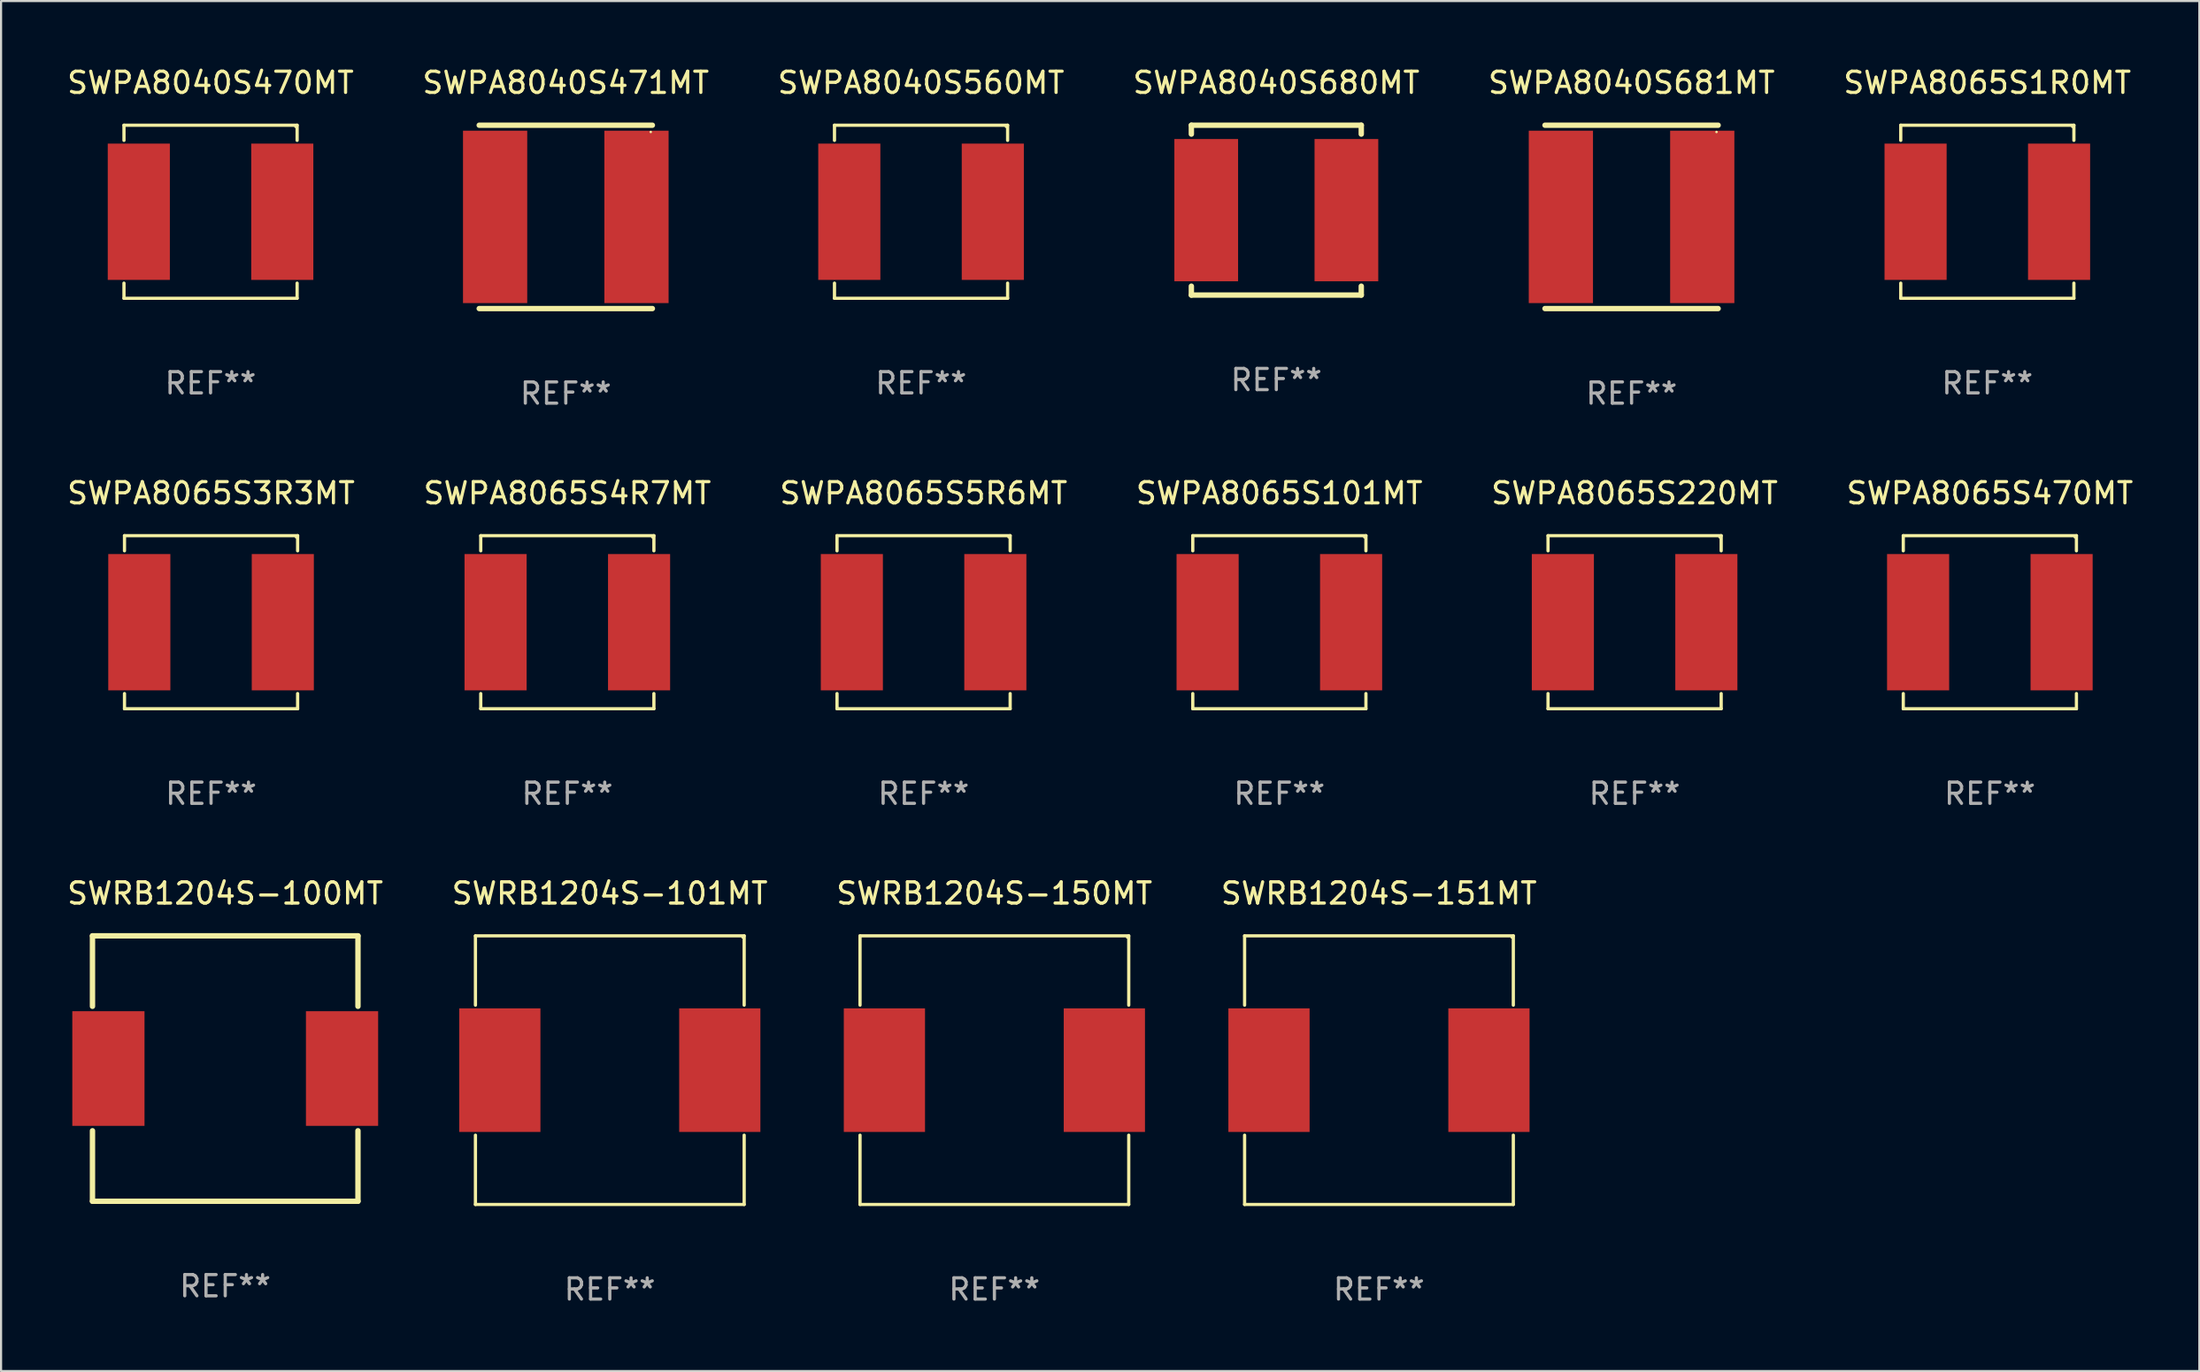
<source format=kicad_pcb>
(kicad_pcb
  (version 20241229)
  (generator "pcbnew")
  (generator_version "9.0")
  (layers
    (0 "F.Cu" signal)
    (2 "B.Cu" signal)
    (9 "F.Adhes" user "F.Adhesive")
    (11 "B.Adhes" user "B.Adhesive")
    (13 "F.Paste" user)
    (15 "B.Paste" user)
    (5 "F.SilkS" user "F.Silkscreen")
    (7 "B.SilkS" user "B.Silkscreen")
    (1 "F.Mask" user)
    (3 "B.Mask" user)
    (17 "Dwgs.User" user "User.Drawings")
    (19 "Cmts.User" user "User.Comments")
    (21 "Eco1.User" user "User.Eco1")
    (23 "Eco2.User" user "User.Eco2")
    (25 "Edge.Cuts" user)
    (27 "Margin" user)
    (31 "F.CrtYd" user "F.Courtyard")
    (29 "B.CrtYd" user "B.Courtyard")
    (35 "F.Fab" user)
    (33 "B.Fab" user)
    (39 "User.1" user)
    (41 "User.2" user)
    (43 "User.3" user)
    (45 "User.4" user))
  (footprint "SWPA8040S681MT"
    (layer "F.Cu")
    (at 73.768 7.166)
    (property "Reference" "SWPA8040S681MT" (at 0 -6.318 0) (layer "F.SilkS") (effects (font (size 1 1) (thickness 0.15))))
    (attr through_hole)
    (fp_line (start -4.076 -4.318) (end 4.076 -4.318) (stroke (width 0.254) (type solid)) (layer "F.SilkS"))
    (fp_line (start -4.076 4.318) (end 4.076 4.318) (stroke (width 0.254) (type solid)) (layer "F.SilkS"))
    (fp_circle (center 4 -4) (end 4.03 -4) (stroke (width 0.06) (type solid)) (fill no) (layer "F.SilkS"))
    (fp_text user "REF**" (at 0 8.318 0) (layer "F.Fab") (effects (font (size 1 1) (thickness 0.15))))
    (pad "1" smd rect (at 3.328 0) (size 3.024 8.12) (layers "F.Cu" "F.Mask" "F.Paste"))
    (pad "2" smd rect (at -3.328 0) (size 3.024 8.12) (layers "F.Cu" "F.Mask" "F.Paste")))
  (footprint "SWPA8065S470MT"
    (layer "F.Cu")
    (at 90.637 26.257)
    (property "Reference" "SWPA8065S470MT" (at 0 -6.076 0) (layer "F.SilkS") (effects (font (size 1 1) (thickness 0.15))))
    (attr through_hole)
    (fp_line (start -4.076 -4.076) (end 4.076 -4.076) (stroke (width 0.152) (type solid)) (layer "F.SilkS"))
    (fp_line (start -4.076 -3.362) (end -4.076 -4.076) (stroke (width 0.152) (type solid)) (layer "F.SilkS"))
    (fp_line (start -4.076 3.362) (end -4.076 4.076) (stroke (width 0.152) (type solid)) (layer "F.SilkS"))
    (fp_line (start -4.076 4.076) (end 4.076 4.076) (stroke (width 0.152) (type solid)) (layer "F.SilkS"))
    (fp_line (start 4.076 -4.076) (end 4.076 -3.362) (stroke (width 0.152) (type solid)) (layer "F.SilkS"))
    (fp_line (start 4.076 4.076) (end 4.076 3.362) (stroke (width 0.152) (type solid)) (layer "F.SilkS"))
    (fp_circle (center 4 -4) (end 4.03 -4) (stroke (width 0.06) (type solid)) (fill no) (layer "F.SilkS"))
    (fp_text user "REF**" (at 0 8.076 0) (layer "F.Fab") (effects (font (size 1 1) (thickness 0.15))))
    (pad "1" smd rect (at 3.378 0) (size 2.924 6.42) (layers "F.Cu" "F.Mask" "F.Paste"))
    (pad "2" smd rect (at -3.378 0) (size 2.924 6.42) (layers "F.Cu" "F.Mask" "F.Paste")))
  (footprint "SWPA8065S101MT"
    (layer "F.Cu")
    (at 57.185 26.257)
    (property "Reference" "SWPA8065S101MT" (at 0 -6.076 0) (layer "F.SilkS") (effects (font (size 1 1) (thickness 0.15))))
    (attr through_hole)
    (fp_line (start -4.076 -4.076) (end 4.076 -4.076) (stroke (width 0.152) (type solid)) (layer "F.SilkS"))
    (fp_line (start -4.076 -3.362) (end -4.076 -4.076) (stroke (width 0.152) (type solid)) (layer "F.SilkS"))
    (fp_line (start -4.076 3.362) (end -4.076 4.076) (stroke (width 0.152) (type solid)) (layer "F.SilkS"))
    (fp_line (start -4.076 4.076) (end 4.076 4.076) (stroke (width 0.152) (type solid)) (layer "F.SilkS"))
    (fp_line (start 4.076 -4.076) (end 4.076 -3.362) (stroke (width 0.152) (type solid)) (layer "F.SilkS"))
    (fp_line (start 4.076 4.076) (end 4.076 3.362) (stroke (width 0.152) (type solid)) (layer "F.SilkS"))
    (fp_circle (center 4 -4) (end 4.03 -4) (stroke (width 0.06) (type solid)) (fill no) (layer "F.SilkS"))
    (fp_text user "REF**" (at 0 8.076 0) (layer "F.Fab") (effects (font (size 1 1) (thickness 0.15))))
    (pad "1" smd rect (at 3.378 0) (size 2.924 6.42) (layers "F.Cu" "F.Mask" "F.Paste"))
    (pad "2" smd rect (at -3.378 0) (size 2.924 6.42) (layers "F.Cu" "F.Mask" "F.Paste")))
  (footprint "SWPA8065S3R3MT"
    (layer "F.Cu")
    (at 6.887 26.257)
    (property "Reference" "SWPA8065S3R3MT" (at 0 -6.076 0) (layer "F.SilkS") (effects (font (size 1 1) (thickness 0.15))))
    (attr through_hole)
    (fp_line (start -4.076 -4.076) (end 4.076 -4.076) (stroke (width 0.152) (type solid)) (layer "F.SilkS"))
    (fp_line (start -4.076 -3.362) (end -4.076 -4.076) (stroke (width 0.152) (type solid)) (layer "F.SilkS"))
    (fp_line (start -4.076 3.362) (end -4.076 4.076) (stroke (width 0.152) (type solid)) (layer "F.SilkS"))
    (fp_line (start -4.076 4.076) (end 4.076 4.076) (stroke (width 0.152) (type solid)) (layer "F.SilkS"))
    (fp_line (start 4.076 -4.076) (end 4.076 -3.362) (stroke (width 0.152) (type solid)) (layer "F.SilkS"))
    (fp_line (start 4.076 4.076) (end 4.076 3.362) (stroke (width 0.152) (type solid)) (layer "F.SilkS"))
    (fp_circle (center 4 -4) (end 4.03 -4) (stroke (width 0.06) (type solid)) (fill no) (layer "F.SilkS"))
    (fp_text user "REF**" (at 0 8.076 0) (layer "F.Fab") (effects (font (size 1 1) (thickness 0.15))))
    (pad "1" smd rect (at 3.378 0) (size 2.924 6.42) (layers "F.Cu" "F.Mask" "F.Paste"))
    (pad "2" smd rect (at -3.378 0) (size 2.924 6.42) (layers "F.Cu" "F.Mask" "F.Paste")))
  (footprint "SWRB1204S-101MT"
    (layer "F.Cu")
    (at 25.661 47.356)
    (property "Reference" "SWRB1204S-101MT" (at 0 -8.326 0) (layer "F.SilkS") (effects (font (size 1 1) (thickness 0.15))))
    (attr through_hole)
    (fp_line (start -6.326 -6.326) (end 6.326 -6.326) (stroke (width 0.152) (type solid)) (layer "F.SilkS"))
    (fp_line (start -6.326 -3.062) (end -6.326 -6.326) (stroke (width 0.152) (type solid)) (layer "F.SilkS"))
    (fp_line (start -6.326 3.062) (end -6.326 6.326) (stroke (width 0.152) (type solid)) (layer "F.SilkS"))
    (fp_line (start -6.326 6.326) (end 6.326 6.326) (stroke (width 0.152) (type solid)) (layer "F.SilkS"))
    (fp_line (start 6.326 -6.326) (end 6.326 -3.062) (stroke (width 0.152) (type solid)) (layer "F.SilkS"))
    (fp_line (start 6.326 6.326) (end 6.326 3.062) (stroke (width 0.152) (type solid)) (layer "F.SilkS"))
    (fp_circle (center 6.25 -6.25) (end 6.28 -6.25) (stroke (width 0.06) (type solid)) (fill no) (layer "F.SilkS"))
    (fp_text user "REF**" (at 0 10.326 0) (layer "F.Fab") (effects (font (size 1 1) (thickness 0.15))))
    (pad "1" smd rect (at 5.178 0) (size 3.824 5.82) (layers "F.Cu" "F.Mask" "F.Paste"))
    (pad "2" smd rect (at -5.178 0) (size 3.824 5.82) (layers "F.Cu" "F.Mask" "F.Paste")))
  (footprint "SWPA8040S560MT"
    (layer "F.Cu")
    (at 40.315 6.924)
    (property "Reference" "SWPA8040S560MT" (at 0 -6.076 0) (layer "F.SilkS") (effects (font (size 1 1) (thickness 0.15))))
    (attr through_hole)
    (fp_line (start -4.076 -4.076) (end 4.076 -4.076) (stroke (width 0.152) (type solid)) (layer "F.SilkS"))
    (fp_line (start -4.076 -3.362) (end -4.076 -4.076) (stroke (width 0.152) (type solid)) (layer "F.SilkS"))
    (fp_line (start -4.076 3.362) (end -4.076 4.076) (stroke (width 0.152) (type solid)) (layer "F.SilkS"))
    (fp_line (start -4.076 4.076) (end 4.076 4.076) (stroke (width 0.152) (type solid)) (layer "F.SilkS"))
    (fp_line (start 4.076 -4.076) (end 4.076 -3.362) (stroke (width 0.152) (type solid)) (layer "F.SilkS"))
    (fp_line (start 4.076 4.076) (end 4.076 3.362) (stroke (width 0.152) (type solid)) (layer "F.SilkS"))
    (fp_circle (center 4 -4) (end 4.03 -4) (stroke (width 0.06) (type solid)) (fill no) (layer "F.SilkS"))
    (fp_text user "REF**" (at 0 8.076 0) (layer "F.Fab") (effects (font (size 1 1) (thickness 0.15))))
    (pad "1" smd rect (at 3.378 0) (size 2.924 6.42) (layers "F.Cu" "F.Mask" "F.Paste"))
    (pad "2" smd rect (at -3.378 0) (size 2.924 6.42) (layers "F.Cu" "F.Mask" "F.Paste")))
  (footprint "SWPA8065S4R7MT"
    (layer "F.Cu")
    (at 23.661 26.257)
    (property "Reference" "SWPA8065S4R7MT" (at 0 -6.076 0) (layer "F.SilkS") (effects (font (size 1 1) (thickness 0.15))))
    (attr through_hole)
    (fp_line (start -4.076 -4.076) (end 4.076 -4.076) (stroke (width 0.152) (type solid)) (layer "F.SilkS"))
    (fp_line (start -4.076 -3.362) (end -4.076 -4.076) (stroke (width 0.152) (type solid)) (layer "F.SilkS"))
    (fp_line (start -4.076 3.362) (end -4.076 4.076) (stroke (width 0.152) (type solid)) (layer "F.SilkS"))
    (fp_line (start -4.076 4.076) (end 4.076 4.076) (stroke (width 0.152) (type solid)) (layer "F.SilkS"))
    (fp_line (start 4.076 -4.076) (end 4.076 -3.362) (stroke (width 0.152) (type solid)) (layer "F.SilkS"))
    (fp_line (start 4.076 4.076) (end 4.076 3.362) (stroke (width 0.152) (type solid)) (layer "F.SilkS"))
    (fp_circle (center 4 -4) (end 4.03 -4) (stroke (width 0.06) (type solid)) (fill no) (layer "F.SilkS"))
    (fp_text user "REF**" (at 0 8.076 0) (layer "F.Fab") (effects (font (size 1 1) (thickness 0.15))))
    (pad "1" smd rect (at 3.378 0) (size 2.924 6.42) (layers "F.Cu" "F.Mask" "F.Paste"))
    (pad "2" smd rect (at -3.378 0) (size 2.924 6.42) (layers "F.Cu" "F.Mask" "F.Paste")))
  (footprint "SWPA8040S471MT"
    (layer "F.Cu")
    (at 23.589 7.166)
    (property "Reference" "SWPA8040S471MT" (at 0 -6.318 0) (layer "F.SilkS") (effects (font (size 1 1) (thickness 0.15))))
    (attr through_hole)
    (fp_line (start -4.076 -4.318) (end 4.076 -4.318) (stroke (width 0.254) (type solid)) (layer "F.SilkS"))
    (fp_line (start -4.076 4.318) (end 4.076 4.318) (stroke (width 0.254) (type solid)) (layer "F.SilkS"))
    (fp_circle (center 4 -4) (end 4.03 -4) (stroke (width 0.06) (type solid)) (fill no) (layer "F.SilkS"))
    (fp_text user "REF**" (at 0 8.318 0) (layer "F.Fab") (effects (font (size 1 1) (thickness 0.15))))
    (pad "1" smd rect (at 3.328 0) (size 3.024 8.12) (layers "F.Cu" "F.Mask" "F.Paste"))
    (pad "2" smd rect (at -3.328 0) (size 3.024 8.12) (layers "F.Cu" "F.Mask" "F.Paste")))
  (footprint "SWRB1204S-151MT"
    (layer "F.Cu")
    (at 61.875 47.356)
    (property "Reference" "SWRB1204S-151MT" (at 0 -8.326 0) (layer "F.SilkS") (effects (font (size 1 1) (thickness 0.15))))
    (attr through_hole)
    (fp_line (start -6.326 -6.326) (end 6.326 -6.326) (stroke (width 0.152) (type solid)) (layer "F.SilkS"))
    (fp_line (start -6.326 -3.062) (end -6.326 -6.326) (stroke (width 0.152) (type solid)) (layer "F.SilkS"))
    (fp_line (start -6.326 3.062) (end -6.326 6.326) (stroke (width 0.152) (type solid)) (layer "F.SilkS"))
    (fp_line (start -6.326 6.326) (end 6.326 6.326) (stroke (width 0.152) (type solid)) (layer "F.SilkS"))
    (fp_line (start 6.326 -6.326) (end 6.326 -3.062) (stroke (width 0.152) (type solid)) (layer "F.SilkS"))
    (fp_line (start 6.326 6.326) (end 6.326 3.062) (stroke (width 0.152) (type solid)) (layer "F.SilkS"))
    (fp_circle (center 6.25 -6.25) (end 6.28 -6.25) (stroke (width 0.06) (type solid)) (fill no) (layer "F.SilkS"))
    (fp_text user "REF**" (at 0 10.326 0) (layer "F.Fab") (effects (font (size 1 1) (thickness 0.15))))
    (pad "1" smd rect (at 5.178 0) (size 3.824 5.82) (layers "F.Cu" "F.Mask" "F.Paste"))
    (pad "2" smd rect (at -5.178 0) (size 3.824 5.82) (layers "F.Cu" "F.Mask" "F.Paste")))
  (footprint "SWPA8040S680MT"
    (layer "F.Cu")
    (at 57.042 6.848)
    (property "Reference" "SWPA8040S680MT" (at 0 -6 0) (layer "F.SilkS") (effects (font (size 1 1) (thickness 0.15))))
    (attr through_hole)
    (fp_line (start -4 -4) (end 4 -4) (stroke (width 0.254) (type solid)) (layer "F.SilkS"))
    (fp_line (start -4 -3.581) (end -4 -4) (stroke (width 0.254) (type solid)) (layer "F.SilkS"))
    (fp_line (start -4 4) (end -4 3.581) (stroke (width 0.254) (type solid)) (layer "F.SilkS"))
    (fp_line (start 4 -4) (end 4 -3.581) (stroke (width 0.254) (type solid)) (layer "F.SilkS"))
    (fp_line (start 4 3.581) (end 4 4) (stroke (width 0.254) (type solid)) (layer "F.SilkS"))
    (fp_line (start 4 4) (end -4 4) (stroke (width 0.254) (type solid)) (layer "F.SilkS"))
    (fp_circle (center -4 4) (end -3.97 4) (stroke (width 0.06) (type solid)) (fill no) (layer "F.SilkS"))
    (fp_text user "REF**" (at 0 8 0) (layer "F.Fab") (effects (font (size 1 1) (thickness 0.15))))
    (pad "1" smd rect (at -3.3 0) (size 3 6.7) (layers "F.Cu" "F.Mask" "F.Paste"))
    (pad "2" smd rect (at 3.3 0) (size 3 6.7) (layers "F.Cu" "F.Mask" "F.Paste")))
  (footprint "SWPA8065S1R0MT"
    (layer "F.Cu")
    (at 90.518 6.924)
    (property "Reference" "SWPA8065S1R0MT" (at 0 -6.076 0) (layer "F.SilkS") (effects (font (size 1 1) (thickness 0.15))))
    (attr through_hole)
    (fp_line (start -4.076 -4.076) (end 4.076 -4.076) (stroke (width 0.152) (type solid)) (layer "F.SilkS"))
    (fp_line (start -4.076 -3.362) (end -4.076 -4.076) (stroke (width 0.152) (type solid)) (layer "F.SilkS"))
    (fp_line (start -4.076 3.362) (end -4.076 4.076) (stroke (width 0.152) (type solid)) (layer "F.SilkS"))
    (fp_line (start -4.076 4.076) (end 4.076 4.076) (stroke (width 0.152) (type solid)) (layer "F.SilkS"))
    (fp_line (start 4.076 -4.076) (end 4.076 -3.362) (stroke (width 0.152) (type solid)) (layer "F.SilkS"))
    (fp_line (start 4.076 4.076) (end 4.076 3.362) (stroke (width 0.152) (type solid)) (layer "F.SilkS"))
    (fp_circle (center 4 -4) (end 4.03 -4) (stroke (width 0.06) (type solid)) (fill no) (layer "F.SilkS"))
    (fp_text user "REF**" (at 0 8.076 0) (layer "F.Fab") (effects (font (size 1 1) (thickness 0.15))))
    (pad "1" smd rect (at 3.378 0) (size 2.924 6.42) (layers "F.Cu" "F.Mask" "F.Paste"))
    (pad "2" smd rect (at -3.378 0) (size 2.924 6.42) (layers "F.Cu" "F.Mask" "F.Paste")))
  (footprint "SWPA8065S220MT"
    (layer "F.Cu")
    (at 73.911 26.257)
    (property "Reference" "SWPA8065S220MT" (at 0 -6.076 0) (layer "F.SilkS") (effects (font (size 1 1) (thickness 0.15))))
    (attr through_hole)
    (fp_line (start -4.076 -4.076) (end 4.076 -4.076) (stroke (width 0.152) (type solid)) (layer "F.SilkS"))
    (fp_line (start -4.076 -3.362) (end -4.076 -4.076) (stroke (width 0.152) (type solid)) (layer "F.SilkS"))
    (fp_line (start -4.076 3.362) (end -4.076 4.076) (stroke (width 0.152) (type solid)) (layer "F.SilkS"))
    (fp_line (start -4.076 4.076) (end 4.076 4.076) (stroke (width 0.152) (type solid)) (layer "F.SilkS"))
    (fp_line (start 4.076 -4.076) (end 4.076 -3.362) (stroke (width 0.152) (type solid)) (layer "F.SilkS"))
    (fp_line (start 4.076 4.076) (end 4.076 3.362) (stroke (width 0.152) (type solid)) (layer "F.SilkS"))
    (fp_circle (center 4 -4) (end 4.03 -4) (stroke (width 0.06) (type solid)) (fill no) (layer "F.SilkS"))
    (fp_text user "REF**" (at 0 8.076 0) (layer "F.Fab") (effects (font (size 1 1) (thickness 0.15))))
    (pad "1" smd rect (at 3.378 0) (size 2.924 6.42) (layers "F.Cu" "F.Mask" "F.Paste"))
    (pad "2" smd rect (at -3.378 0) (size 2.924 6.42) (layers "F.Cu" "F.Mask" "F.Paste")))
  (footprint "SWPA8065S5R6MT"
    (layer "F.Cu")
    (at 40.435 26.257)
    (property "Reference" "SWPA8065S5R6MT" (at 0 -6.076 0) (layer "F.SilkS") (effects (font (size 1 1) (thickness 0.15))))
    (attr through_hole)
    (fp_line (start -4.076 -4.076) (end 4.076 -4.076) (stroke (width 0.152) (type solid)) (layer "F.SilkS"))
    (fp_line (start -4.076 -3.362) (end -4.076 -4.076) (stroke (width 0.152) (type solid)) (layer "F.SilkS"))
    (fp_line (start -4.076 3.362) (end -4.076 4.076) (stroke (width 0.152) (type solid)) (layer "F.SilkS"))
    (fp_line (start -4.076 4.076) (end 4.076 4.076) (stroke (width 0.152) (type solid)) (layer "F.SilkS"))
    (fp_line (start 4.076 -4.076) (end 4.076 -3.362) (stroke (width 0.152) (type solid)) (layer "F.SilkS"))
    (fp_line (start 4.076 4.076) (end 4.076 3.362) (stroke (width 0.152) (type solid)) (layer "F.SilkS"))
    (fp_circle (center 4 -4) (end 4.03 -4) (stroke (width 0.06) (type solid)) (fill no) (layer "F.SilkS"))
    (fp_text user "REF**" (at 0 8.076 0) (layer "F.Fab") (effects (font (size 1 1) (thickness 0.15))))
    (pad "1" smd rect (at 3.378 0) (size 2.924 6.42) (layers "F.Cu" "F.Mask" "F.Paste"))
    (pad "2" smd rect (at -3.378 0) (size 2.924 6.42) (layers "F.Cu" "F.Mask" "F.Paste")))
  (footprint "SWRB1204S-100MT"
    (layer "F.Cu")
    (at 7.554 47.28)
    (property "Reference" "SWRB1204S-100MT" (at 0 -8.25 0) (layer "F.SilkS") (effects (font (size 1 1) (thickness 0.15))))
    (attr through_hole)
    (fp_line (start -6.25 -6.25) (end 6.25 -6.25) (stroke (width 0.254) (type solid)) (layer "F.SilkS"))
    (fp_line (start -6.25 -2.931) (end -6.25 -6.25) (stroke (width 0.254) (type solid)) (layer "F.SilkS"))
    (fp_line (start -6.25 6.25) (end -6.25 2.931) (stroke (width 0.254) (type solid)) (layer "F.SilkS"))
    (fp_line (start 6.25 -6.25) (end 6.25 -2.931) (stroke (width 0.254) (type solid)) (layer "F.SilkS"))
    (fp_line (start 6.25 2.931) (end 6.25 6.25) (stroke (width 0.254) (type solid)) (layer "F.SilkS"))
    (fp_line (start 6.25 6.25) (end -6.25 6.25) (stroke (width 0.254) (type solid)) (layer "F.SilkS"))
    (fp_circle (center -6.25 6.25) (end -6.22 6.25) (stroke (width 0.06) (type solid)) (fill no) (layer "F.SilkS"))
    (fp_text user "REF**" (at 0 10.25 0) (layer "F.Fab") (effects (font (size 1 1) (thickness 0.15))))
    (pad "1" smd rect (at -5.5 0) (size 3.4 5.4) (layers "F.Cu" "F.Mask" "F.Paste"))
    (pad "2" smd rect (at 5.5 0) (size 3.4 5.4) (layers "F.Cu" "F.Mask" "F.Paste")))
  (footprint "SWPA8040S470MT"
    (layer "F.Cu")
    (at 6.863 6.924)
    (property "Reference" "SWPA8040S470MT" (at 0 -6.076 0) (layer "F.SilkS") (effects (font (size 1 1) (thickness 0.15))))
    (attr through_hole)
    (fp_line (start -4.076 -4.076) (end 4.076 -4.076) (stroke (width 0.152) (type solid)) (layer "F.SilkS"))
    (fp_line (start -4.076 -3.362) (end -4.076 -4.076) (stroke (width 0.152) (type solid)) (layer "F.SilkS"))
    (fp_line (start -4.076 3.362) (end -4.076 4.076) (stroke (width 0.152) (type solid)) (layer "F.SilkS"))
    (fp_line (start -4.076 4.076) (end 4.076 4.076) (stroke (width 0.152) (type solid)) (layer "F.SilkS"))
    (fp_line (start 4.076 -4.076) (end 4.076 -3.362) (stroke (width 0.152) (type solid)) (layer "F.SilkS"))
    (fp_line (start 4.076 4.076) (end 4.076 3.362) (stroke (width 0.152) (type solid)) (layer "F.SilkS"))
    (fp_circle (center 4 -4) (end 4.03 -4) (stroke (width 0.06) (type solid)) (fill no) (layer "F.SilkS"))
    (fp_text user "REF**" (at 0 8.076 0) (layer "F.Fab") (effects (font (size 1 1) (thickness 0.15))))
    (pad "1" smd rect (at 3.378 0) (size 2.924 6.42) (layers "F.Cu" "F.Mask" "F.Paste"))
    (pad "2" smd rect (at -3.378 0) (size 2.924 6.42) (layers "F.Cu" "F.Mask" "F.Paste")))
  (footprint "SWRB1204S-150MT"
    (layer "F.Cu")
    (at 43.768 47.356)
    (property "Reference" "SWRB1204S-150MT" (at 0 -8.326 0) (layer "F.SilkS") (effects (font (size 1 1) (thickness 0.15))))
    (attr through_hole)
    (fp_line (start -6.326 -6.326) (end 6.326 -6.326) (stroke (width 0.152) (type solid)) (layer "F.SilkS"))
    (fp_line (start -6.326 -3.062) (end -6.326 -6.326) (stroke (width 0.152) (type solid)) (layer "F.SilkS"))
    (fp_line (start -6.326 3.062) (end -6.326 6.326) (stroke (width 0.152) (type solid)) (layer "F.SilkS"))
    (fp_line (start -6.326 6.326) (end 6.326 6.326) (stroke (width 0.152) (type solid)) (layer "F.SilkS"))
    (fp_line (start 6.326 -6.326) (end 6.326 -3.062) (stroke (width 0.152) (type solid)) (layer "F.SilkS"))
    (fp_line (start 6.326 6.326) (end 6.326 3.062) (stroke (width 0.152) (type solid)) (layer "F.SilkS"))
    (fp_circle (center 6.25 -6.25) (end 6.28 -6.25) (stroke (width 0.06) (type solid)) (fill no) (layer "F.SilkS"))
    (fp_text user "REF**" (at 0 10.326 0) (layer "F.Fab") (effects (font (size 1 1) (thickness 0.15))))
    (pad "1" smd rect (at 5.178 0) (size 3.824 5.82) (layers "F.Cu" "F.Mask" "F.Paste"))
    (pad "2" smd rect (at -5.178 0) (size 3.824 5.82) (layers "F.Cu" "F.Mask" "F.Paste")))
  (gr_rect
    (start -3 -3)
    (end 100.5 61.53)
    (stroke (width 0.1) (type default))
    (fill no)
    (layer "Edge.Cuts")))
</source>
